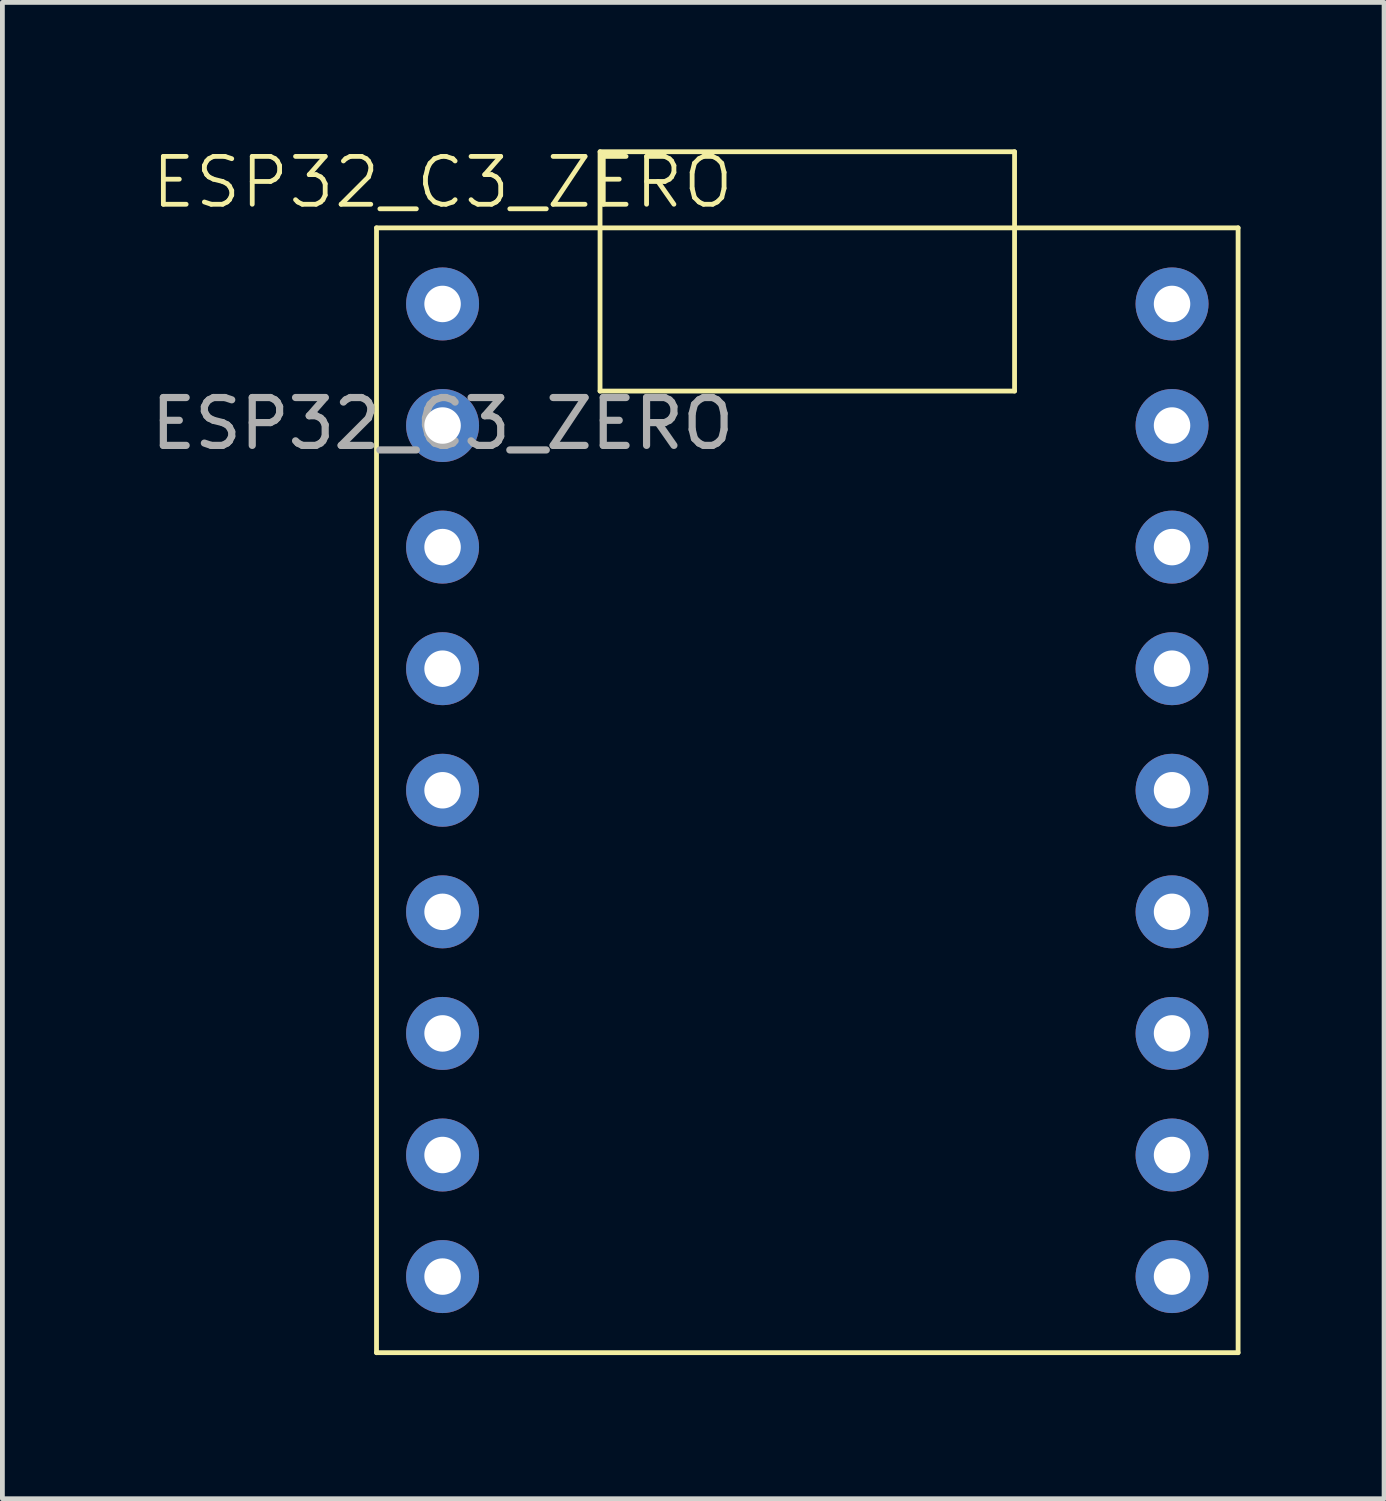
<source format=kicad_pcb>
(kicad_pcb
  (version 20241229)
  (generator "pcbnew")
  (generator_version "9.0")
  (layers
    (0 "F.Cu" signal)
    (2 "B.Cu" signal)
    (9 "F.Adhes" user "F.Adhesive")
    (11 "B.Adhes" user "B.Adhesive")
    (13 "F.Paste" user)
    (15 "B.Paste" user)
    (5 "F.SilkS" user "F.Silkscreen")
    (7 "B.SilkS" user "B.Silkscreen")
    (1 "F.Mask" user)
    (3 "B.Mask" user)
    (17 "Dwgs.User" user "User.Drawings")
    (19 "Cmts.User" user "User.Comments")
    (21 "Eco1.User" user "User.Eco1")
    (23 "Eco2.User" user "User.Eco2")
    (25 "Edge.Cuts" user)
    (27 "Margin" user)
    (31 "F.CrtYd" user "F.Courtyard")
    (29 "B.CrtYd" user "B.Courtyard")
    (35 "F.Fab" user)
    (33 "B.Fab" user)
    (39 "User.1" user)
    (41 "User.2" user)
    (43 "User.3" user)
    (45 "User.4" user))
  (footprint "ESP32_C3_ZERO"
    (layer "F.Cu")
    (at 6.196 3.3)
    (property "Reference" "ESP32_C3_ZERO" (at 0 -2.54 0) (unlocked yes) (layer "F.SilkS") (effects (font (size 1 1) (thickness 0.1))))
    (attr through_hole)
    (fp_line (start -1.38 -1.59) (end -1.38 21.91) (stroke (width 0.1) (type default)) (layer "F.SilkS"))
    (fp_line (start -1.38 -1.59) (end 16.62 -1.59) (stroke (width 0.1) (type default)) (layer "F.SilkS"))
    (fp_line (start -1.38 21.91) (end 16.62 21.91) (stroke (width 0.1) (type default)) (layer "F.SilkS"))
    (fp_line (start 3.29 -3.18) (end 3.29 1.82) (stroke (width 0.1) (type default)) (layer "F.SilkS"))
    (fp_line (start 3.29 -3.18) (end 11.95 -3.18) (stroke (width 0.1) (type default)) (layer "F.SilkS"))
    (fp_line (start 3.29 1.82) (end 11.95 1.82) (stroke (width 0.1) (type default)) (layer "F.SilkS"))
    (fp_line (start 11.95 -3.18) (end 11.95 1.82) (stroke (width 0.1) (type default)) (layer "F.SilkS"))
    (fp_line (start 16.62 -1.59) (end 16.62 21.91) (stroke (width 0.1) (type default)) (layer "F.SilkS"))
    (fp_text user "${REFERENCE}" (at 0 2.5 0) (unlocked yes) (layer "F.Fab") (effects (font (size 1 1) (thickness 0.15))))
    (pad "1" thru_hole circle (at 0 0) (size 1.524 1.524) (drill 0.762) (layers "*.Cu" "*.Mask"))
    (pad "2" thru_hole circle (at 0 2.54) (size 1.524 1.524) (drill 0.762) (layers "*.Cu" "*.Mask"))
    (pad "3" thru_hole circle (at 0 5.08) (size 1.524 1.524) (drill 0.762) (layers "*.Cu" "*.Mask"))
    (pad "4" thru_hole circle (at 0 7.62) (size 1.524 1.524) (drill 0.762) (layers "*.Cu" "*.Mask"))
    (pad "5" thru_hole circle (at 0 10.16) (size 1.524 1.524) (drill 0.762) (layers "*.Cu" "*.Mask"))
    (pad "6" thru_hole circle (at 0 12.7) (size 1.524 1.524) (drill 0.762) (layers "*.Cu" "*.Mask"))
    (pad "7" thru_hole circle (at 0 15.24) (size 1.524 1.524) (drill 0.762) (layers "*.Cu" "*.Mask"))
    (pad "8" thru_hole circle (at 0 17.78) (size 1.524 1.524) (drill 0.762) (layers "*.Cu" "*.Mask"))
    (pad "9" thru_hole circle (at 0 20.32) (size 1.524 1.524) (drill 0.762) (layers "*.Cu" "*.Mask"))
    (pad "10" thru_hole circle (at 15.24 20.32) (size 1.524 1.524) (drill 0.762) (layers "*.Cu" "*.Mask"))
    (pad "11" thru_hole circle (at 15.24 17.78) (size 1.524 1.524) (drill 0.762) (layers "*.Cu" "*.Mask"))
    (pad "12" thru_hole circle (at 15.24 15.24) (size 1.524 1.524) (drill 0.762) (layers "*.Cu" "*.Mask"))
    (pad "13" thru_hole circle (at 15.24 12.7) (size 1.524 1.524) (drill 0.762) (layers "*.Cu" "*.Mask"))
    (pad "14" thru_hole circle (at 15.24 10.16) (size 1.524 1.524) (drill 0.762) (layers "*.Cu" "*.Mask"))
    (pad "15" thru_hole circle (at 15.24 7.62) (size 1.524 1.524) (drill 0.762) (layers "*.Cu" "*.Mask"))
    (pad "16" thru_hole circle (at 15.24 5.08) (size 1.524 1.524) (drill 0.762) (layers "*.Cu" "*.Mask"))
    (pad "17" thru_hole circle (at 15.24 2.54) (size 1.524 1.524) (drill 0.762) (layers "*.Cu" "*.Mask"))
    (pad "18" thru_hole circle (at 15.24 0) (size 1.524 1.524) (drill 0.762) (layers "*.Cu" "*.Mask")))
  (gr_rect
    (start -3 -3)
    (end 25.866 28.261)
    (stroke (width 0.1) (type default))
    (fill no)
    (layer "Edge.Cuts")))
</source>
